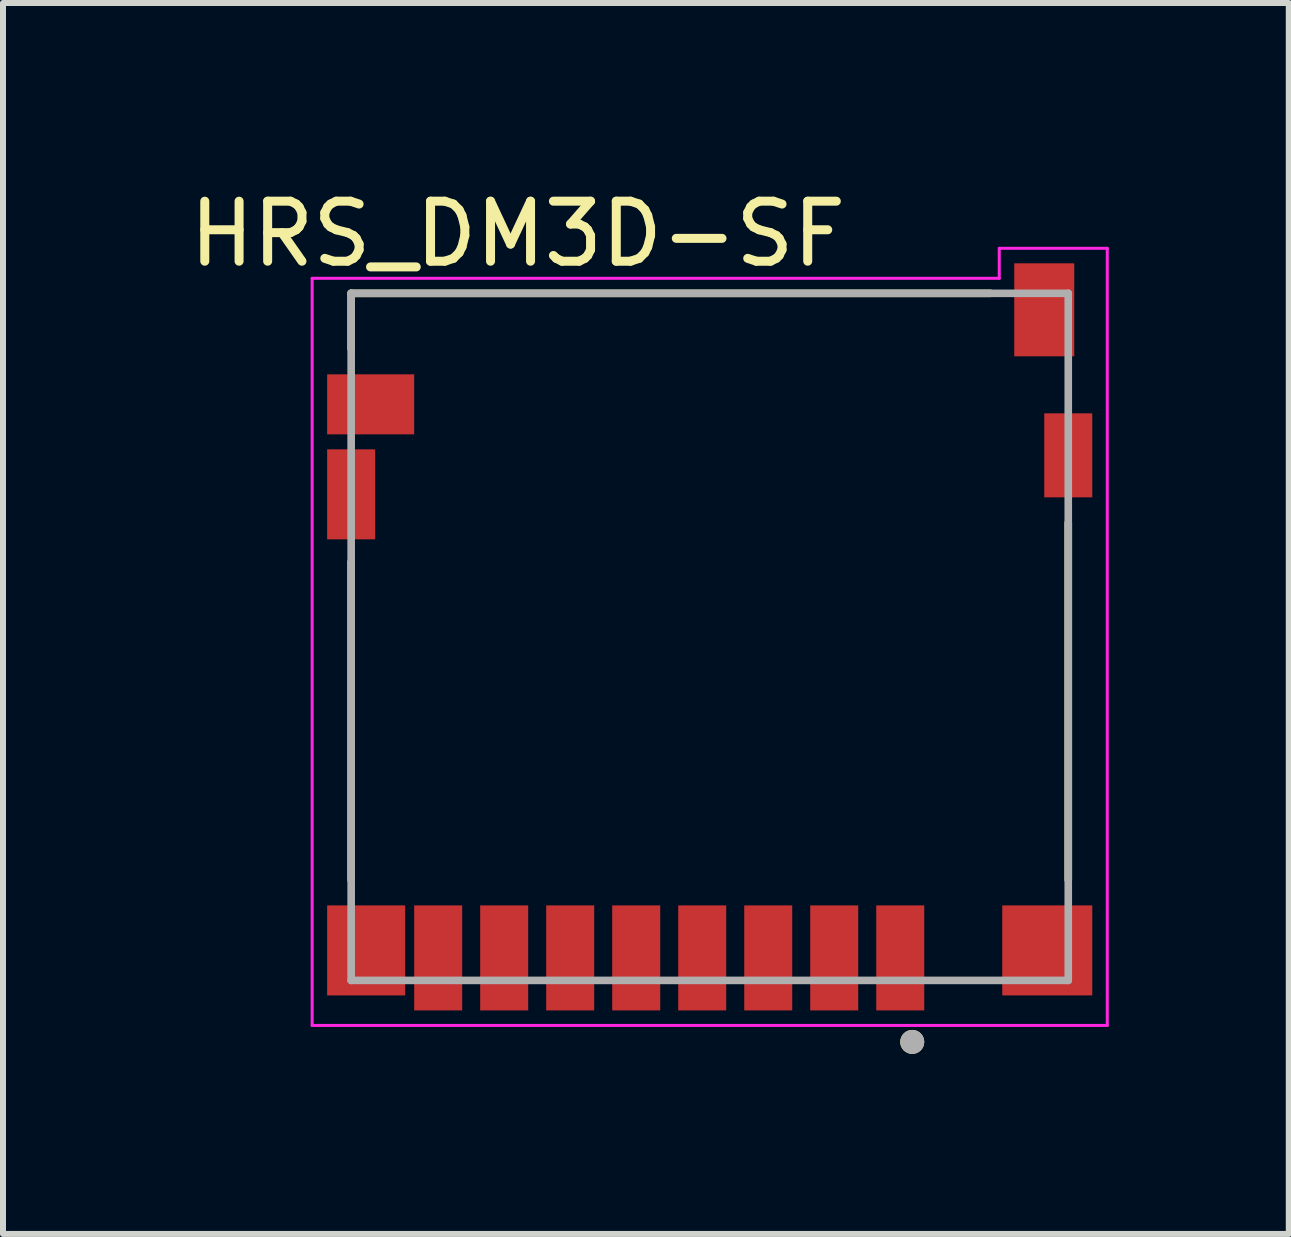
<source format=kicad_pcb>
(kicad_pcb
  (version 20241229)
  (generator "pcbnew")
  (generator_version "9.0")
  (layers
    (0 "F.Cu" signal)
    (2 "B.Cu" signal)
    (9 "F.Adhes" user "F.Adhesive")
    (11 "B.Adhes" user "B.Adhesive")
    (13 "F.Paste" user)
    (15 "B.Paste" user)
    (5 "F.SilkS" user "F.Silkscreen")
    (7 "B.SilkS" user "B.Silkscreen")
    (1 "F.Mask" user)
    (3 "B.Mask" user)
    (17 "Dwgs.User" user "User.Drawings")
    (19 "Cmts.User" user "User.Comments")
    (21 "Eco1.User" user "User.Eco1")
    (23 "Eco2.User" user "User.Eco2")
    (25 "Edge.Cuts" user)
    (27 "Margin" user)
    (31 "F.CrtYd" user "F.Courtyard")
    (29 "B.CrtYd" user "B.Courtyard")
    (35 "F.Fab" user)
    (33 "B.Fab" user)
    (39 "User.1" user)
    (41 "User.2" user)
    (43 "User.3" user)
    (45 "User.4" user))
  (footprint "HRS_DM3D-SF"
    (layer "F.Cu")
    (at 8.752 12.913)
    (property "Reference" "HRS_DM3D-SF" (at -3.175 -12.065 0) (layer "F.SilkS") (effects (font (size 1 1) (thickness 0.15))))
    (attr smd)
    (fp_line (start -5.95 -11.075) (end -5.95 -10.15) (stroke (width 0.127) (type solid)) (layer "F.SilkS"))
    (fp_line (start -5.95 -11.075) (end 4.7 -11.075) (stroke (width 0.127) (type solid)) (layer "F.SilkS"))
    (fp_line (start -5.95 -6.6) (end -5.95 -1.3) (stroke (width 0.127) (type solid)) (layer "F.SilkS"))
    (fp_line (start 6 -7.25) (end 6 -1.3) (stroke (width 0.127) (type solid)) (layer "F.SilkS"))
    (fp_circle (center 3.4 1.4) (end 3.5 1.4) (stroke (width 0.2) (type solid)) (fill no) (layer "F.SilkS"))
    (fp_line (start -6.6 -11.325) (end 4.85 -11.325) (stroke (width 0.05) (type solid)) (layer "F.CrtYd"))
    (fp_line (start -6.6 1.125) (end -6.6 -11.325) (stroke (width 0.05) (type solid)) (layer "F.CrtYd"))
    (fp_line (start 4.85 -11.825) (end 6.65 -11.825) (stroke (width 0.05) (type solid)) (layer "F.CrtYd"))
    (fp_line (start 4.85 -11.325) (end 4.85 -11.825) (stroke (width 0.05) (type solid)) (layer "F.CrtYd"))
    (fp_line (start 6.65 -11.825) (end 6.65 1.125) (stroke (width 0.05) (type solid)) (layer "F.CrtYd"))
    (fp_line (start 6.65 1.125) (end -6.6 1.125) (stroke (width 0.05) (type solid)) (layer "F.CrtYd"))
    (fp_line (start -5.95 -11.075) (end -5.95 0.375) (stroke (width 0.127) (type solid)) (layer "F.Fab"))
    (fp_line (start -5.95 0.375) (end 6 0.375) (stroke (width 0.127) (type solid)) (layer "F.Fab"))
    (fp_line (start 6 -11.075) (end -5.95 -11.075) (stroke (width 0.127) (type solid)) (layer "F.Fab"))
    (fp_line (start 6 0.375) (end 6 -11.075) (stroke (width 0.127) (type solid)) (layer "F.Fab"))
    (fp_circle (center 3.4 1.4) (end 3.5 1.4) (stroke (width 0.2) (type solid)) (fill no) (layer "F.Fab"))
    (pad "1" smd rect (at 3.2 0) (size 0.8 1.75) (layers "F.Cu" "F.Mask" "F.Paste"))
    (pad "2" smd rect (at 2.1 0) (size 0.8 1.75) (layers "F.Cu" "F.Mask" "F.Paste"))
    (pad "3" smd rect (at 1 0) (size 0.8 1.75) (layers "F.Cu" "F.Mask" "F.Paste"))
    (pad "4" smd rect (at -0.1 0) (size 0.8 1.75) (layers "F.Cu" "F.Mask" "F.Paste"))
    (pad "5" smd rect (at -1.2 0) (size 0.8 1.75) (layers "F.Cu" "F.Mask" "F.Paste"))
    (pad "6" smd rect (at -2.3 0) (size 0.8 1.75) (layers "F.Cu" "F.Mask" "F.Paste"))
    (pad "7" smd rect (at -3.4 0) (size 0.8 1.75) (layers "F.Cu" "F.Mask" "F.Paste"))
    (pad "8" smd rect (at -4.5 0) (size 0.8 1.75) (layers "F.Cu" "F.Mask" "F.Paste"))
    (pad "S1" smd rect (at -5.7 -0.125 180) (size 1.3 1.5) (layers "F.Cu" "F.Mask" "F.Paste"))
    (pad "S2" smd rect (at 5.65 -0.125 180) (size 1.5 1.5) (layers "F.Cu" "F.Mask" "F.Paste"))
    (pad "S3" smd rect (at -5.95 -7.725) (size 0.8 1.5) (layers "F.Cu" "F.Mask" "F.Paste"))
    (pad "S4" smd rect (at 6 -8.375) (size 0.8 1.4) (layers "F.Cu" "F.Mask" "F.Paste"))
    (pad "SW-A" smd rect (at 5.6 -10.8) (size 1 1.55) (layers "F.Cu" "F.Mask" "F.Paste"))
    (pad "SW-B" smd rect (at -5.625 -9.225 90) (size 1 1.45) (layers "F.Cu" "F.Mask" "F.Paste"))
    (zone (net_name "") (layer "F.Cu") (hatch full 0.508) (connect_pads) (min_thickness 0.01) (filled_areas_thickness no) (keepout (tracks not_allowed) (vias not_allowed) (pads not_allowed) (copperpour not_allowed) (footprints allowed)) (placement (enabled no)) (fill) (polygon (pts (xy 3.852 6.038) (xy 12.352 6.038) (xy 12.352 8.038) (xy 3.852 8.038))))
    (zone (net_name "") (layer "F.Cu") (hatch full 0.508) (connect_pads) (min_thickness 0.01) (filled_areas_thickness no) (keepout (tracks not_allowed) (vias not_allowed) (pads not_allowed) (copperpour not_allowed) (footprints allowed)) (placement (enabled no)) (fill) (polygon (pts (xy 6.802 1.838) (xy 9.302 1.838) (xy 9.302 3.838) (xy 6.802 3.838))))
    (zone (net_name "") (layers "F.Cu" "B.Cu") (hatch full 0.508) (connect_pads) (min_thickness 0.01) (filled_areas_thickness no) (keepout (tracks allowed) (vias not_allowed) (pads allowed) (copperpour allowed) (footprints allowed)) (placement (enabled no)) (fill) (polygon (pts (xy 3.852 6.038) (xy 12.352 6.038) (xy 12.352 8.038) (xy 3.852 8.038))))
    (zone (net_name "") (layers "F.Cu" "B.Cu") (hatch full 0.508) (connect_pads) (min_thickness 0.01) (filled_areas_thickness no) (keepout (tracks allowed) (vias not_allowed) (pads allowed) (copperpour allowed) (footprints allowed)) (placement (enabled no)) (fill) (polygon (pts (xy 6.802 1.838) (xy 9.302 1.838) (xy 9.302 3.838) (xy 6.802 3.838)))))
  (gr_rect
    (start -3 -3)
    (end 18.427 17.513)
    (stroke (width 0.1) (type default))
    (fill no)
    (layer "Edge.Cuts")))
</source>
